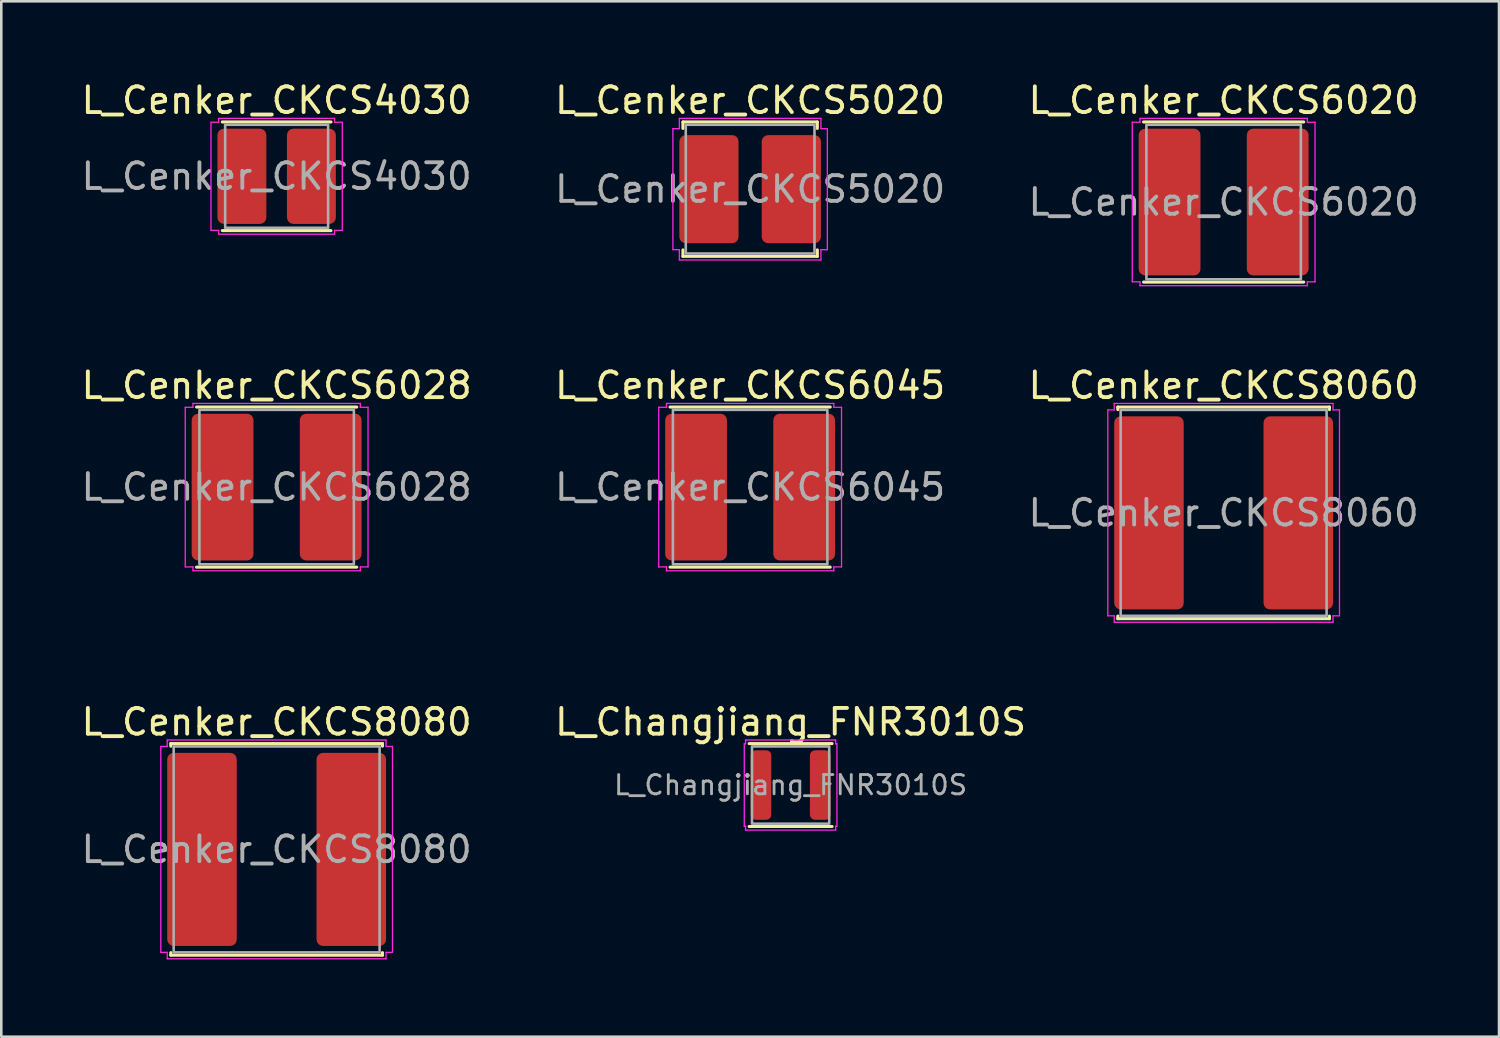
<source format=kicad_pcb>
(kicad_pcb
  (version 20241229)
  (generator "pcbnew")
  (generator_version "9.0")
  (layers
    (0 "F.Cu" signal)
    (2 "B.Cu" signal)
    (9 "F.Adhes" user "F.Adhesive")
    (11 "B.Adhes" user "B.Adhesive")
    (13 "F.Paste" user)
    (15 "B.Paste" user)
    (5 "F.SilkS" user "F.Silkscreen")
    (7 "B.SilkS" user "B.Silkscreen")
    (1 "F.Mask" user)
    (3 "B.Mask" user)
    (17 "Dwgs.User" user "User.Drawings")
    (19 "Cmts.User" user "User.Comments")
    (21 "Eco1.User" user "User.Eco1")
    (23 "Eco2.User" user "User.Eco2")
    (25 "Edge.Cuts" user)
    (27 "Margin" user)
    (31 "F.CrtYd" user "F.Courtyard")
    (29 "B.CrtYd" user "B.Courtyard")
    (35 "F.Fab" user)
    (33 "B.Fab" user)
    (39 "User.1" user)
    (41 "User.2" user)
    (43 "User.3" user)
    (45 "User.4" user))
  (footprint "L_Cenker_CKCS8080"
    (layer "F.Cu")
    (at 7.696 29.945)
    (property "Reference" "L_Cenker_CKCS8080" (at 0 -4.95 0) (layer "F.SilkS") (effects (font (size 1 1) (thickness 0.15))))
    (attr smd)
    (fp_line (start -4.11 -4.11) (end 4.11 -4.11) (stroke (width 0.12) (type solid)) (layer "F.SilkS"))
    (fp_line (start -4.11 -4.01) (end -4.11 -4.11) (stroke (width 0.12) (type solid)) (layer "F.SilkS"))
    (fp_line (start -4.11 4.11) (end -4.11 4.01) (stroke (width 0.12) (type solid)) (layer "F.SilkS"))
    (fp_line (start 4.11 -4.11) (end 4.11 -4.01) (stroke (width 0.12) (type solid)) (layer "F.SilkS"))
    (fp_line (start 4.11 4.01) (end 4.11 4.11) (stroke (width 0.12) (type solid)) (layer "F.SilkS"))
    (fp_line (start 4.11 4.11) (end -4.11 4.11) (stroke (width 0.12) (type solid)) (layer "F.SilkS"))
    (fp_line (start -4.5 -4) (end -4.25 -4) (stroke (width 0.05) (type solid)) (layer "F.CrtYd"))
    (fp_line (start -4.5 4) (end -4.5 -4) (stroke (width 0.05) (type solid)) (layer "F.CrtYd"))
    (fp_line (start -4.25 -4.25) (end 4.25 -4.25) (stroke (width 0.05) (type solid)) (layer "F.CrtYd"))
    (fp_line (start -4.25 -4) (end -4.25 -4.25) (stroke (width 0.05) (type solid)) (layer "F.CrtYd"))
    (fp_line (start -4.25 4) (end -4.5 4) (stroke (width 0.05) (type solid)) (layer "F.CrtYd"))
    (fp_line (start -4.25 4.25) (end -4.25 4) (stroke (width 0.05) (type solid)) (layer "F.CrtYd"))
    (fp_line (start 4.25 -4.25) (end 4.25 -4) (stroke (width 0.05) (type solid)) (layer "F.CrtYd"))
    (fp_line (start 4.25 -4) (end 4.5 -4) (stroke (width 0.05) (type solid)) (layer "F.CrtYd"))
    (fp_line (start 4.25 4) (end 4.25 4.25) (stroke (width 0.05) (type solid)) (layer "F.CrtYd"))
    (fp_line (start 4.25 4.25) (end -4.25 4.25) (stroke (width 0.05) (type solid)) (layer "F.CrtYd"))
    (fp_line (start 4.5 -4) (end 4.5 4) (stroke (width 0.05) (type solid)) (layer "F.CrtYd"))
    (fp_line (start 4.5 4) (end 4.25 4) (stroke (width 0.05) (type solid)) (layer "F.CrtYd"))
    (fp_rect (start -4 -4) (end 4 4) (stroke (width 0.1) (type solid)) (fill no) (layer "F.Fab"))
    (fp_text user "${REFERENCE}" (at 0 0 0) (layer "F.Fab") (effects (font (size 1 1) (thickness 0.15))))
    (pad "1" smd roundrect (at -2.9 0) (size 2.7 7.5) (layers "F.Cu" "F.Mask" "F.Paste") (roundrect_rratio 0.093))
    (pad "2" smd roundrect (at 2.9 0) (size 2.7 7.5) (layers "F.Cu" "F.Mask" "F.Paste") (roundrect_rratio 0.093)))
  (footprint "L_Changjiang_FNR3010S"
    (layer "F.Cu")
    (at 27.661 27.445)
    (property "Reference" "L_Changjiang_FNR3010S" (at 0 -2.45 0) (layer "F.SilkS") (effects (font (size 1 1) (thickness 0.15))))
    (attr smd)
    (fp_line (start -1.61 -1.61) (end 1.61 -1.61) (stroke (width 0.12) (type solid)) (layer "F.SilkS"))
    (fp_line (start 1.61 1.61) (end -1.61 1.61) (stroke (width 0.12) (type solid)) (layer "F.SilkS"))
    (fp_line (start -1.8 -1.6) (end -1.75 -1.6) (stroke (width 0.05) (type solid)) (layer "F.CrtYd"))
    (fp_line (start -1.8 1.6) (end -1.8 -1.6) (stroke (width 0.05) (type solid)) (layer "F.CrtYd"))
    (fp_line (start -1.75 -1.75) (end 1.75 -1.75) (stroke (width 0.05) (type solid)) (layer "F.CrtYd"))
    (fp_line (start -1.75 -1.6) (end -1.75 -1.75) (stroke (width 0.05) (type solid)) (layer "F.CrtYd"))
    (fp_line (start -1.75 1.6) (end -1.8 1.6) (stroke (width 0.05) (type solid)) (layer "F.CrtYd"))
    (fp_line (start -1.75 1.75) (end -1.75 1.6) (stroke (width 0.05) (type solid)) (layer "F.CrtYd"))
    (fp_line (start 1.75 -1.75) (end 1.75 -1.6) (stroke (width 0.05) (type solid)) (layer "F.CrtYd"))
    (fp_line (start 1.75 -1.6) (end 1.8 -1.6) (stroke (width 0.05) (type solid)) (layer "F.CrtYd"))
    (fp_line (start 1.75 1.6) (end 1.75 1.75) (stroke (width 0.05) (type solid)) (layer "F.CrtYd"))
    (fp_line (start 1.75 1.75) (end -1.75 1.75) (stroke (width 0.05) (type solid)) (layer "F.CrtYd"))
    (fp_line (start 1.8 -1.6) (end 1.8 1.6) (stroke (width 0.05) (type solid)) (layer "F.CrtYd"))
    (fp_line (start 1.8 1.6) (end 1.75 1.6) (stroke (width 0.05) (type solid)) (layer "F.CrtYd"))
    (fp_rect (start -1.5 -1.5) (end 1.5 1.5) (stroke (width 0.1) (type solid)) (fill no) (layer "F.Fab"))
    (fp_text user "${REFERENCE}" (at 0 0 0) (layer "F.Fab") (effects (font (size 0.75 0.75) (thickness 0.11))))
    (pad "1" smd roundrect (at -1.15 0) (size 0.8 2.7) (layers "F.Cu" "F.Mask" "F.Paste") (roundrect_rratio 0.25))
    (pad "2" smd roundrect (at 1.15 0) (size 0.8 2.7) (layers "F.Cu" "F.Mask" "F.Paste") (roundrect_rratio 0.25)))
  (footprint "L_Cenker_CKCS8060"
    (layer "F.Cu")
    (at 44.482 16.872)
    (property "Reference" "L_Cenker_CKCS8060" (at 0 -4.95 0) (layer "F.SilkS") (effects (font (size 1 1) (thickness 0.15))))
    (attr smd)
    (fp_line (start -4.11 -4.11) (end 4.11 -4.11) (stroke (width 0.12) (type solid)) (layer "F.SilkS"))
    (fp_line (start -4.11 -4.01) (end -4.11 -4.11) (stroke (width 0.12) (type solid)) (layer "F.SilkS"))
    (fp_line (start -4.11 4.11) (end -4.11 4.01) (stroke (width 0.12) (type solid)) (layer "F.SilkS"))
    (fp_line (start 4.11 -4.11) (end 4.11 -4.01) (stroke (width 0.12) (type solid)) (layer "F.SilkS"))
    (fp_line (start 4.11 4.01) (end 4.11 4.11) (stroke (width 0.12) (type solid)) (layer "F.SilkS"))
    (fp_line (start 4.11 4.11) (end -4.11 4.11) (stroke (width 0.12) (type solid)) (layer "F.SilkS"))
    (fp_line (start -4.5 -4) (end -4.25 -4) (stroke (width 0.05) (type solid)) (layer "F.CrtYd"))
    (fp_line (start -4.5 4) (end -4.5 -4) (stroke (width 0.05) (type solid)) (layer "F.CrtYd"))
    (fp_line (start -4.25 -4.25) (end 4.25 -4.25) (stroke (width 0.05) (type solid)) (layer "F.CrtYd"))
    (fp_line (start -4.25 -4) (end -4.25 -4.25) (stroke (width 0.05) (type solid)) (layer "F.CrtYd"))
    (fp_line (start -4.25 4) (end -4.5 4) (stroke (width 0.05) (type solid)) (layer "F.CrtYd"))
    (fp_line (start -4.25 4.25) (end -4.25 4) (stroke (width 0.05) (type solid)) (layer "F.CrtYd"))
    (fp_line (start 4.25 -4.25) (end 4.25 -4) (stroke (width 0.05) (type solid)) (layer "F.CrtYd"))
    (fp_line (start 4.25 -4) (end 4.5 -4) (stroke (width 0.05) (type solid)) (layer "F.CrtYd"))
    (fp_line (start 4.25 4) (end 4.25 4.25) (stroke (width 0.05) (type solid)) (layer "F.CrtYd"))
    (fp_line (start 4.25 4.25) (end -4.25 4.25) (stroke (width 0.05) (type solid)) (layer "F.CrtYd"))
    (fp_line (start 4.5 -4) (end 4.5 4) (stroke (width 0.05) (type solid)) (layer "F.CrtYd"))
    (fp_line (start 4.5 4) (end 4.25 4) (stroke (width 0.05) (type solid)) (layer "F.CrtYd"))
    (fp_rect (start -4 -4) (end 4 4) (stroke (width 0.1) (type solid)) (fill no) (layer "F.Fab"))
    (fp_text user "${REFERENCE}" (at 0 0 0) (layer "F.Fab") (effects (font (size 1 1) (thickness 0.15))))
    (pad "1" smd roundrect (at -2.9 0) (size 2.7 7.5) (layers "F.Cu" "F.Mask" "F.Paste") (roundrect_rratio 0.093))
    (pad "2" smd roundrect (at 2.9 0) (size 2.7 7.5) (layers "F.Cu" "F.Mask" "F.Paste") (roundrect_rratio 0.093)))
  (footprint "L_Cenker_CKCS6020"
    (layer "F.Cu")
    (at 44.482 4.798)
    (property "Reference" "L_Cenker_CKCS6020" (at 0 -3.95 0) (layer "F.SilkS") (effects (font (size 1 1) (thickness 0.15))))
    (attr smd)
    (fp_line (start -3.11 -3.11) (end 3.11 -3.11) (stroke (width 0.12) (type solid)) (layer "F.SilkS"))
    (fp_line (start 3.11 3.11) (end -3.11 3.11) (stroke (width 0.12) (type solid)) (layer "F.SilkS"))
    (fp_line (start -3.55 -3.1) (end -3.25 -3.1) (stroke (width 0.05) (type solid)) (layer "F.CrtYd"))
    (fp_line (start -3.55 3.1) (end -3.55 -3.1) (stroke (width 0.05) (type solid)) (layer "F.CrtYd"))
    (fp_line (start -3.25 -3.25) (end 3.25 -3.25) (stroke (width 0.05) (type solid)) (layer "F.CrtYd"))
    (fp_line (start -3.25 -3.1) (end -3.25 -3.25) (stroke (width 0.05) (type solid)) (layer "F.CrtYd"))
    (fp_line (start -3.25 3.1) (end -3.55 3.1) (stroke (width 0.05) (type solid)) (layer "F.CrtYd"))
    (fp_line (start -3.25 3.25) (end -3.25 3.1) (stroke (width 0.05) (type solid)) (layer "F.CrtYd"))
    (fp_line (start 3.25 -3.25) (end 3.25 -3.1) (stroke (width 0.05) (type solid)) (layer "F.CrtYd"))
    (fp_line (start 3.25 -3.1) (end 3.55 -3.1) (stroke (width 0.05) (type solid)) (layer "F.CrtYd"))
    (fp_line (start 3.25 3.1) (end 3.25 3.25) (stroke (width 0.05) (type solid)) (layer "F.CrtYd"))
    (fp_line (start 3.25 3.25) (end -3.25 3.25) (stroke (width 0.05) (type solid)) (layer "F.CrtYd"))
    (fp_line (start 3.55 -3.1) (end 3.55 3.1) (stroke (width 0.05) (type solid)) (layer "F.CrtYd"))
    (fp_line (start 3.55 3.1) (end 3.25 3.1) (stroke (width 0.05) (type solid)) (layer "F.CrtYd"))
    (fp_rect (start -3 -3) (end 3 3) (stroke (width 0.1) (type solid)) (fill no) (layer "F.Fab"))
    (fp_text user "${REFERENCE}" (at 0 0 0) (layer "F.Fab") (effects (font (size 1 1) (thickness 0.15))))
    (pad "1" smd roundrect (at -2.1 0) (size 2.4 5.7) (layers "F.Cu" "F.Mask" "F.Paste") (roundrect_rratio 0.104))
    (pad "2" smd roundrect (at 2.1 0) (size 2.4 5.7) (layers "F.Cu" "F.Mask" "F.Paste") (roundrect_rratio 0.104)))
  (footprint "L_Cenker_CKCS6045"
    (layer "F.Cu")
    (at 26.089 15.871)
    (property "Reference" "L_Cenker_CKCS6045" (at 0 -3.95 0) (layer "F.SilkS") (effects (font (size 1 1) (thickness 0.15))))
    (attr smd)
    (fp_line (start -3.11 -3.11) (end 3.11 -3.11) (stroke (width 0.12) (type solid)) (layer "F.SilkS"))
    (fp_line (start 3.11 3.11) (end -3.11 3.11) (stroke (width 0.12) (type solid)) (layer "F.SilkS"))
    (fp_line (start -3.55 -3.1) (end -3.25 -3.1) (stroke (width 0.05) (type solid)) (layer "F.CrtYd"))
    (fp_line (start -3.55 3.1) (end -3.55 -3.1) (stroke (width 0.05) (type solid)) (layer "F.CrtYd"))
    (fp_line (start -3.25 -3.25) (end 3.25 -3.25) (stroke (width 0.05) (type solid)) (layer "F.CrtYd"))
    (fp_line (start -3.25 -3.1) (end -3.25 -3.25) (stroke (width 0.05) (type solid)) (layer "F.CrtYd"))
    (fp_line (start -3.25 3.1) (end -3.55 3.1) (stroke (width 0.05) (type solid)) (layer "F.CrtYd"))
    (fp_line (start -3.25 3.25) (end -3.25 3.1) (stroke (width 0.05) (type solid)) (layer "F.CrtYd"))
    (fp_line (start 3.25 -3.25) (end 3.25 -3.1) (stroke (width 0.05) (type solid)) (layer "F.CrtYd"))
    (fp_line (start 3.25 -3.1) (end 3.55 -3.1) (stroke (width 0.05) (type solid)) (layer "F.CrtYd"))
    (fp_line (start 3.25 3.1) (end 3.25 3.25) (stroke (width 0.05) (type solid)) (layer "F.CrtYd"))
    (fp_line (start 3.25 3.25) (end -3.25 3.25) (stroke (width 0.05) (type solid)) (layer "F.CrtYd"))
    (fp_line (start 3.55 -3.1) (end 3.55 3.1) (stroke (width 0.05) (type solid)) (layer "F.CrtYd"))
    (fp_line (start 3.55 3.1) (end 3.25 3.1) (stroke (width 0.05) (type solid)) (layer "F.CrtYd"))
    (fp_rect (start -3 -3) (end 3 3) (stroke (width 0.1) (type solid)) (fill no) (layer "F.Fab"))
    (fp_text user "${REFERENCE}" (at 0 0 0) (layer "F.Fab") (effects (font (size 1 1) (thickness 0.15))))
    (pad "1" smd roundrect (at -2.1 0) (size 2.4 5.7) (layers "F.Cu" "F.Mask" "F.Paste") (roundrect_rratio 0.104))
    (pad "2" smd roundrect (at 2.1 0) (size 2.4 5.7) (layers "F.Cu" "F.Mask" "F.Paste") (roundrect_rratio 0.104)))
  (footprint "L_Cenker_CKCS6028"
    (layer "F.Cu")
    (at 7.696 15.871)
    (property "Reference" "L_Cenker_CKCS6028" (at 0 -3.95 0) (layer "F.SilkS") (effects (font (size 1 1) (thickness 0.15))))
    (attr smd)
    (fp_line (start -3.11 -3.11) (end 3.11 -3.11) (stroke (width 0.12) (type solid)) (layer "F.SilkS"))
    (fp_line (start 3.11 3.11) (end -3.11 3.11) (stroke (width 0.12) (type solid)) (layer "F.SilkS"))
    (fp_line (start -3.55 -3.1) (end -3.25 -3.1) (stroke (width 0.05) (type solid)) (layer "F.CrtYd"))
    (fp_line (start -3.55 3.1) (end -3.55 -3.1) (stroke (width 0.05) (type solid)) (layer "F.CrtYd"))
    (fp_line (start -3.25 -3.25) (end 3.25 -3.25) (stroke (width 0.05) (type solid)) (layer "F.CrtYd"))
    (fp_line (start -3.25 -3.1) (end -3.25 -3.25) (stroke (width 0.05) (type solid)) (layer "F.CrtYd"))
    (fp_line (start -3.25 3.1) (end -3.55 3.1) (stroke (width 0.05) (type solid)) (layer "F.CrtYd"))
    (fp_line (start -3.25 3.25) (end -3.25 3.1) (stroke (width 0.05) (type solid)) (layer "F.CrtYd"))
    (fp_line (start 3.25 -3.25) (end 3.25 -3.1) (stroke (width 0.05) (type solid)) (layer "F.CrtYd"))
    (fp_line (start 3.25 -3.1) (end 3.55 -3.1) (stroke (width 0.05) (type solid)) (layer "F.CrtYd"))
    (fp_line (start 3.25 3.1) (end 3.25 3.25) (stroke (width 0.05) (type solid)) (layer "F.CrtYd"))
    (fp_line (start 3.25 3.25) (end -3.25 3.25) (stroke (width 0.05) (type solid)) (layer "F.CrtYd"))
    (fp_line (start 3.55 -3.1) (end 3.55 3.1) (stroke (width 0.05) (type solid)) (layer "F.CrtYd"))
    (fp_line (start 3.55 3.1) (end 3.25 3.1) (stroke (width 0.05) (type solid)) (layer "F.CrtYd"))
    (fp_rect (start -3 -3) (end 3 3) (stroke (width 0.1) (type solid)) (fill no) (layer "F.Fab"))
    (fp_text user "${REFERENCE}" (at 0 0 0) (layer "F.Fab") (effects (font (size 1 1) (thickness 0.15))))
    (pad "1" smd roundrect (at -2.1 0) (size 2.4 5.7) (layers "F.Cu" "F.Mask" "F.Paste") (roundrect_rratio 0.104))
    (pad "2" smd roundrect (at 2.1 0) (size 2.4 5.7) (layers "F.Cu" "F.Mask" "F.Paste") (roundrect_rratio 0.104)))
  (footprint "L_Cenker_CKCS4030"
    (layer "F.Cu")
    (at 7.696 3.798)
    (property "Reference" "L_Cenker_CKCS4030" (at 0 -2.95 0) (layer "F.SilkS") (effects (font (size 1 1) (thickness 0.15))))
    (attr smd)
    (fp_line (start -2.11 -2.11) (end 2.11 -2.11) (stroke (width 0.12) (type solid)) (layer "F.SilkS"))
    (fp_line (start 2.11 2.11) (end -2.11 2.11) (stroke (width 0.12) (type solid)) (layer "F.SilkS"))
    (fp_line (start -2.55 -2.1) (end -2.25 -2.1) (stroke (width 0.05) (type solid)) (layer "F.CrtYd"))
    (fp_line (start -2.55 2.1) (end -2.55 -2.1) (stroke (width 0.05) (type solid)) (layer "F.CrtYd"))
    (fp_line (start -2.25 -2.25) (end 2.25 -2.25) (stroke (width 0.05) (type solid)) (layer "F.CrtYd"))
    (fp_line (start -2.25 -2.1) (end -2.25 -2.25) (stroke (width 0.05) (type solid)) (layer "F.CrtYd"))
    (fp_line (start -2.25 2.1) (end -2.55 2.1) (stroke (width 0.05) (type solid)) (layer "F.CrtYd"))
    (fp_line (start -2.25 2.25) (end -2.25 2.1) (stroke (width 0.05) (type solid)) (layer "F.CrtYd"))
    (fp_line (start 2.25 -2.25) (end 2.25 -2.1) (stroke (width 0.05) (type solid)) (layer "F.CrtYd"))
    (fp_line (start 2.25 -2.1) (end 2.55 -2.1) (stroke (width 0.05) (type solid)) (layer "F.CrtYd"))
    (fp_line (start 2.25 2.1) (end 2.25 2.25) (stroke (width 0.05) (type solid)) (layer "F.CrtYd"))
    (fp_line (start 2.25 2.25) (end -2.25 2.25) (stroke (width 0.05) (type solid)) (layer "F.CrtYd"))
    (fp_line (start 2.55 -2.1) (end 2.55 2.1) (stroke (width 0.05) (type solid)) (layer "F.CrtYd"))
    (fp_line (start 2.55 2.1) (end 2.25 2.1) (stroke (width 0.05) (type solid)) (layer "F.CrtYd"))
    (fp_rect (start -2 -2) (end 2 2) (stroke (width 0.1) (type solid)) (fill no) (layer "F.Fab"))
    (fp_text user "${REFERENCE}" (at 0 0 0) (layer "F.Fab") (effects (font (size 1 1) (thickness 0.15))))
    (pad "1" smd roundrect (at -1.35 0) (size 1.9 3.7) (layers "F.Cu" "F.Mask" "F.Paste") (roundrect_rratio 0.132))
    (pad "2" smd roundrect (at 1.35 0) (size 1.9 3.7) (layers "F.Cu" "F.Mask" "F.Paste") (roundrect_rratio 0.132)))
  (footprint "L_Cenker_CKCS5020"
    (layer "F.Cu")
    (at 26.089 4.298)
    (property "Reference" "L_Cenker_CKCS5020" (at 0 -3.45 0) (layer "F.SilkS") (effects (font (size 1 1) (thickness 0.15))))
    (attr smd)
    (fp_line (start -2.61 -2.61) (end 2.61 -2.61) (stroke (width 0.12) (type solid)) (layer "F.SilkS"))
    (fp_line (start -2.61 -2.36) (end -2.61 -2.61) (stroke (width 0.12) (type solid)) (layer "F.SilkS"))
    (fp_line (start -2.61 2.61) (end -2.61 2.36) (stroke (width 0.12) (type solid)) (layer "F.SilkS"))
    (fp_line (start 2.61 -2.61) (end 2.61 -2.36) (stroke (width 0.12) (type solid)) (layer "F.SilkS"))
    (fp_line (start 2.61 2.36) (end 2.61 2.61) (stroke (width 0.12) (type solid)) (layer "F.SilkS"))
    (fp_line (start 2.61 2.61) (end -2.61 2.61) (stroke (width 0.12) (type solid)) (layer "F.SilkS"))
    (fp_line (start -3 -2.35) (end -2.75 -2.35) (stroke (width 0.05) (type solid)) (layer "F.CrtYd"))
    (fp_line (start -3 2.35) (end -3 -2.35) (stroke (width 0.05) (type solid)) (layer "F.CrtYd"))
    (fp_line (start -2.75 -2.75) (end 2.75 -2.75) (stroke (width 0.05) (type solid)) (layer "F.CrtYd"))
    (fp_line (start -2.75 -2.35) (end -2.75 -2.75) (stroke (width 0.05) (type solid)) (layer "F.CrtYd"))
    (fp_line (start -2.75 2.35) (end -3 2.35) (stroke (width 0.05) (type solid)) (layer "F.CrtYd"))
    (fp_line (start -2.75 2.75) (end -2.75 2.35) (stroke (width 0.05) (type solid)) (layer "F.CrtYd"))
    (fp_line (start 2.75 -2.75) (end 2.75 -2.35) (stroke (width 0.05) (type solid)) (layer "F.CrtYd"))
    (fp_line (start 2.75 -2.35) (end 3 -2.35) (stroke (width 0.05) (type solid)) (layer "F.CrtYd"))
    (fp_line (start 2.75 2.35) (end 2.75 2.75) (stroke (width 0.05) (type solid)) (layer "F.CrtYd"))
    (fp_line (start 2.75 2.75) (end -2.75 2.75) (stroke (width 0.05) (type solid)) (layer "F.CrtYd"))
    (fp_line (start 3 -2.35) (end 3 2.35) (stroke (width 0.05) (type solid)) (layer "F.CrtYd"))
    (fp_line (start 3 2.35) (end 2.75 2.35) (stroke (width 0.05) (type solid)) (layer "F.CrtYd"))
    (fp_rect (start -2.5 -2.5) (end 2.5 2.5) (stroke (width 0.1) (type solid)) (fill no) (layer "F.Fab"))
    (fp_text user "${REFERENCE}" (at 0 0 0) (layer "F.Fab") (effects (font (size 1 1) (thickness 0.15))))
    (pad "1" smd roundrect (at -1.6 0) (size 2.3 4.2) (layers "F.Cu" "F.Mask" "F.Paste") (roundrect_rratio 0.109))
    (pad "2" smd roundrect (at 1.6 0) (size 2.3 4.2) (layers "F.Cu" "F.Mask" "F.Paste") (roundrect_rratio 0.109)))
  (gr_rect
    (start -3 -3)
    (end 55.179 37.22)
    (stroke (width 0.1) (type default))
    (fill no)
    (layer "Edge.Cuts")))
</source>
